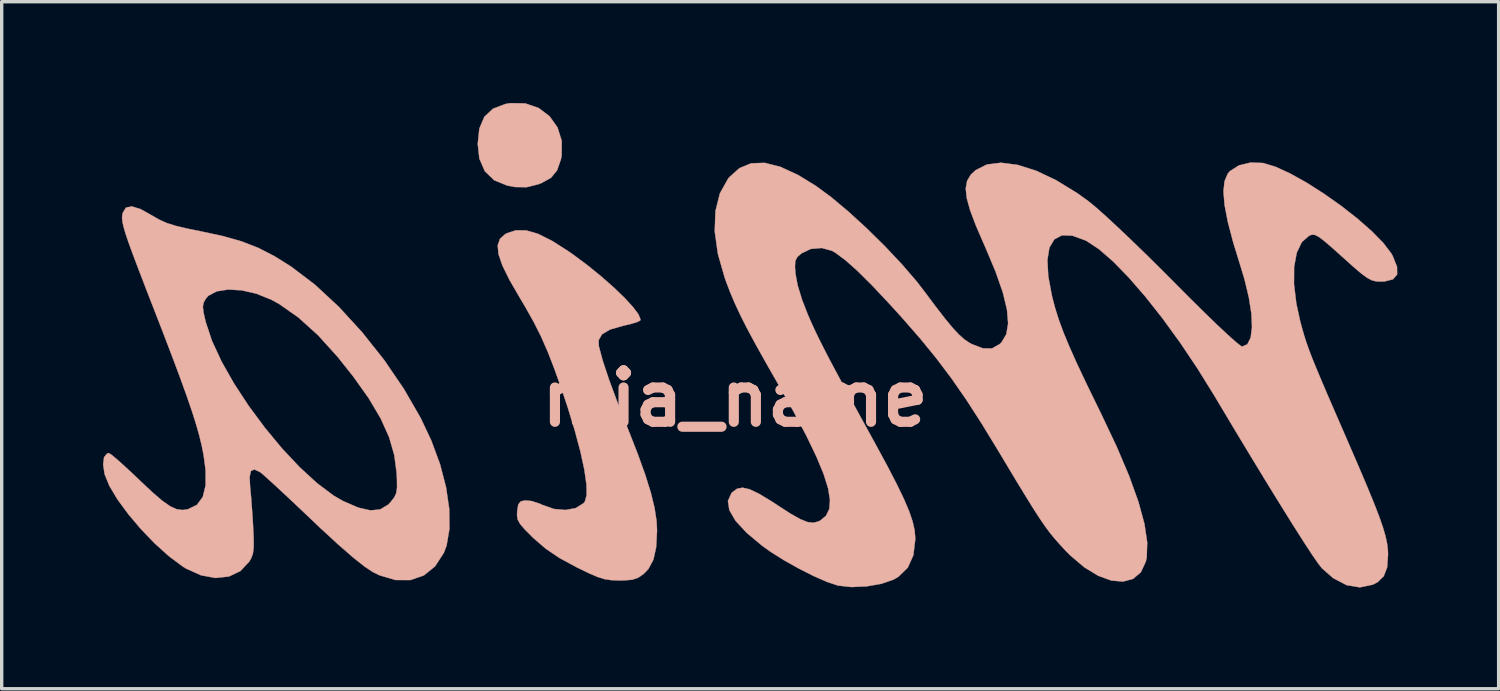
<source format=kicad_pcb>
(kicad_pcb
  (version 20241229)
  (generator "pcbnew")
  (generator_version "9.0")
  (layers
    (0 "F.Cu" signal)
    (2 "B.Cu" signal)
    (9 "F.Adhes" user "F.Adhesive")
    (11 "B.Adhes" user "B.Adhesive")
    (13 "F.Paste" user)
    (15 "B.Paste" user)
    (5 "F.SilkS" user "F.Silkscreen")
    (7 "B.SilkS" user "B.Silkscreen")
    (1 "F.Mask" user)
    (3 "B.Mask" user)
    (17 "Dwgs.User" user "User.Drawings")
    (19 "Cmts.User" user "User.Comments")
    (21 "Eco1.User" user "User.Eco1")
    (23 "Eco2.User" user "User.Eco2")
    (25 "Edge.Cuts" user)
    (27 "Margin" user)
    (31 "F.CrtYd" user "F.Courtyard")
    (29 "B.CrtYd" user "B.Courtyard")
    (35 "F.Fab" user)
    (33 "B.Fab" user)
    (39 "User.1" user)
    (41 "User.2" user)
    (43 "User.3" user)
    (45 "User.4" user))
  (footprint "mia_name"
    (layer "F.Cu")
    (at 18.719 8.753)
    (property "Reference" "mia_name" (at 0 0 0) (layer "B.SilkS") (effects (font (size 1.524 1.524) (thickness 0.3))))
    (attr through_hole)
    (fp_poly (pts (xy -6.211 -8.74) (xy -5.815 -8.604) (xy -5.491 -8.359) (xy -5.257 -8.028) (xy -5.132 -7.631) (xy -5.135 -7.19) (xy -5.158 -7.078) (xy -5.271 -6.756) (xy -5.45 -6.538) (xy -5.734 -6.381) (xy -5.825 -6.346) (xy -6.173 -6.259) (xy -6.517 -6.264) (xy -6.752 -6.309) (xy -7.136 -6.467) (xy -7.41 -6.732) (xy -7.571 -7.101) (xy -7.62 -7.538) (xy -7.572 -7.998) (xy -7.425 -8.343) (xy -7.171 -8.582) (xy -6.805 -8.722) (xy -6.658 -8.748) (xy -6.211 -8.74)) (stroke (width 0.01) (type solid)) (fill yes) (layer "B.SilkS"))
    (fp_poly (pts (xy -6.187 -4.98) (xy -5.834 -4.878) (xy -5.418 -4.67) (xy -4.923 -4.353) (xy -4.779 -4.252) (xy -4.354 -3.935) (xy -3.95 -3.606) (xy -3.582 -3.281) (xy -3.267 -2.977) (xy -3.021 -2.709) (xy -2.86 -2.493) (xy -2.8 -2.346) (xy -2.809 -2.31) (xy -2.897 -2.266) (xy -3.092 -2.207) (xy -3.321 -2.153) (xy -3.7 -2.044) (xy -3.937 -1.905) (xy -4.04 -1.728) (xy -4.035 -1.557) (xy -3.92 -1.128) (xy -3.735 -0.569) (xy -3.479 0.122) (xy -3.183 0.871) (xy -2.888 1.622) (xy -2.66 2.256) (xy -2.493 2.79) (xy -2.383 3.242) (xy -2.323 3.632) (xy -2.31 3.915) (xy -2.336 4.405) (xy -2.418 4.774) (xy -2.565 5.048) (xy -2.702 5.191) (xy -2.864 5.304) (xy -3.039 5.365) (xy -3.287 5.386) (xy -3.424 5.388) (xy -3.656 5.38) (xy -3.859 5.35) (xy -4.074 5.283) (xy -4.343 5.167) (xy -4.704 4.991) (xy -5.202 4.721) (xy -5.601 4.452) (xy -5.954 4.148) (xy -5.987 4.117) (xy -6.222 3.882) (xy -6.365 3.716) (xy -6.436 3.586) (xy -6.457 3.456) (xy -6.452 3.34) (xy -6.421 3.141) (xy -6.35 3.048) (xy -6.221 3.017) (xy -6.025 3.036) (xy -5.782 3.115) (xy -5.705 3.151) (xy -5.364 3.271) (xy -5.02 3.301) (xy -4.716 3.244) (xy -4.49 3.103) (xy -4.446 3.048) (xy -4.394 2.856) (xy -4.401 2.537) (xy -4.464 2.101) (xy -4.581 1.564) (xy -4.749 0.936) (xy -4.965 0.232) (xy -5.115 -0.215) (xy -5.339 -0.849) (xy -5.543 -1.376) (xy -5.745 -1.836) (xy -5.964 -2.271) (xy -6.218 -2.723) (xy -6.375 -2.986) (xy -6.682 -3.517) (xy -6.892 -3.944) (xy -7.006 -4.28) (xy -7.028 -4.538) (xy -6.961 -4.73) (xy -6.806 -4.869) (xy -6.767 -4.891) (xy -6.492 -4.982) (xy -6.187 -4.98)) (stroke (width 0.01) (type solid)) (fill yes) (layer "B.SilkS"))
    (fp_poly (pts (xy -17.601 -5.608) (xy -17.267 -5.421) (xy -17.052 -5.296) (xy -16.828 -5.197) (xy -16.557 -5.112) (xy -16.201 -5.028) (xy -15.836 -4.955) (xy -15.167 -4.811) (xy -14.608 -4.652) (xy -14.114 -4.459) (xy -13.639 -4.215) (xy -13.141 -3.903) (xy -12.438 -3.369) (xy -11.73 -2.711) (xy -11.04 -1.958) (xy -10.391 -1.14) (xy -9.806 -0.283) (xy -9.307 0.583) (xy -9 1.233) (xy -8.737 1.942) (xy -8.558 2.63) (xy -8.464 3.276) (xy -8.458 3.858) (xy -8.542 4.351) (xy -8.623 4.569) (xy -8.884 4.97) (xy -9.218 5.24) (xy -9.614 5.376) (xy -10.057 5.375) (xy -10.534 5.233) (xy -10.725 5.14) (xy -10.972 4.976) (xy -11.317 4.702) (xy -11.753 4.322) (xy -12.275 3.842) (xy -12.533 3.597) (xy -12.92 3.229) (xy -13.278 2.892) (xy -13.59 2.602) (xy -13.839 2.375) (xy -14.005 2.227) (xy -14.063 2.181) (xy -14.234 2.101) (xy -14.337 2.145) (xy -14.377 2.322) (xy -14.362 2.608) (xy -14.336 2.882) (xy -14.308 3.248) (xy -14.281 3.643) (xy -14.272 3.81) (xy -14.255 4.174) (xy -14.257 4.423) (xy -14.28 4.596) (xy -14.33 4.731) (xy -14.385 4.826) (xy -14.646 5.107) (xy -14.986 5.27) (xy -15.383 5.314) (xy -15.816 5.235) (xy -16.262 5.034) (xy -16.369 4.967) (xy -16.773 4.664) (xy -17.19 4.288) (xy -17.597 3.865) (xy -17.971 3.422) (xy -18.29 2.988) (xy -18.529 2.588) (xy -18.668 2.25) (xy -18.671 2.24) (xy -18.714 1.952) (xy -18.687 1.738) (xy -18.594 1.626) (xy -18.545 1.616) (xy -18.465 1.667) (xy -18.297 1.807) (xy -18.062 2.018) (xy -17.78 2.28) (xy -17.634 2.421) (xy -17.257 2.775) (xy -16.962 3.028) (xy -16.728 3.192) (xy -16.535 3.279) (xy -16.36 3.302) (xy -16.204 3.279) (xy -15.939 3.15) (xy -15.764 2.916) (xy -15.679 2.57) (xy -15.681 2.107) (xy -15.738 1.682) (xy -15.793 1.402) (xy -15.865 1.103) (xy -15.959 0.77) (xy -16.08 0.387) (xy -16.234 -0.062) (xy -16.426 -0.594) (xy -16.662 -1.224) (xy -16.947 -1.97) (xy -17.186 -2.585) (xy -17.239 -2.721) (xy -15.761 -2.721) (xy -15.742 -2.551) (xy -15.68 -2.282) (xy -15.677 -2.268) (xy -15.492 -1.71) (xy -15.206 -1.094) (xy -14.837 -0.443) (xy -14.403 0.219) (xy -13.922 0.868) (xy -13.413 1.482) (xy -12.892 2.036) (xy -12.378 2.508) (xy -11.89 2.874) (xy -11.607 3.037) (xy -11.158 3.231) (xy -10.797 3.313) (xy -10.509 3.284) (xy -10.274 3.144) (xy -10.197 3.062) (xy -10.093 2.928) (xy -10.034 2.802) (xy -10.01 2.639) (xy -10.013 2.394) (xy -10.023 2.197) (xy -10.092 1.673) (xy -10.246 1.142) (xy -10.495 0.589) (xy -10.847 -0.005) (xy -11.31 -0.656) (xy -11.768 -1.232) (xy -12.348 -1.873) (xy -12.932 -2.401) (xy -13.502 -2.8) (xy -13.74 -2.93) (xy -14.179 -3.106) (xy -14.613 -3.205) (xy -15.013 -3.228) (xy -15.352 -3.174) (xy -15.599 -3.043) (xy -15.674 -2.957) (xy -15.739 -2.841) (xy -15.761 -2.721) (xy -17.239 -2.721) (xy -17.453 -3.272) (xy -17.668 -3.832) (xy -17.837 -4.279) (xy -17.964 -4.628) (xy -18.054 -4.895) (xy -18.112 -5.095) (xy -18.144 -5.243) (xy -18.154 -5.354) (xy -18.146 -5.444) (xy -18.135 -5.496) (xy -18.041 -5.653) (xy -17.864 -5.69) (xy -17.601 -5.608)) (stroke (width 0.01) (type solid)) (fill yes) (layer "B.SilkS"))
    (fp_poly (pts (xy 15.643 -6.975) (xy 15.644 -6.974) (xy 16.007 -6.864) (xy 16.445 -6.663) (xy 16.932 -6.391) (xy 17.442 -6.066) (xy 17.949 -5.708) (xy 18.428 -5.333) (xy 18.852 -4.962) (xy 19.196 -4.612) (xy 19.433 -4.303) (xy 19.479 -4.221) (xy 19.606 -3.902) (xy 19.609 -3.675) (xy 19.488 -3.532) (xy 19.238 -3.468) (xy 19.119 -3.464) (xy 18.982 -3.471) (xy 18.857 -3.503) (xy 18.719 -3.576) (xy 18.543 -3.706) (xy 18.304 -3.91) (xy 17.993 -4.189) (xy 17.673 -4.476) (xy 17.444 -4.672) (xy 17.285 -4.791) (xy 17.173 -4.847) (xy 17.088 -4.853) (xy 17.007 -4.825) (xy 17.004 -4.823) (xy 16.785 -4.632) (xy 16.636 -4.319) (xy 16.558 -3.901) (xy 16.554 -3.392) (xy 16.624 -2.81) (xy 16.736 -2.298) (xy 16.793 -2.084) (xy 16.849 -1.888) (xy 16.91 -1.693) (xy 16.984 -1.483) (xy 17.076 -1.239) (xy 17.195 -0.945) (xy 17.346 -0.584) (xy 17.536 -0.138) (xy 17.773 0.409) (xy 18.063 1.075) (xy 18.164 1.308) (xy 18.474 2.024) (xy 18.726 2.617) (xy 18.925 3.102) (xy 19.078 3.496) (xy 19.189 3.816) (xy 19.265 4.077) (xy 19.312 4.297) (xy 19.335 4.491) (xy 19.34 4.619) (xy 19.314 4.996) (xy 19.214 5.26) (xy 19.027 5.441) (xy 18.886 5.513) (xy 18.505 5.592) (xy 18.11 5.525) (xy 17.713 5.317) (xy 17.384 5.029) (xy 17.271 4.884) (xy 17.086 4.617) (xy 16.836 4.234) (xy 16.527 3.748) (xy 16.164 3.166) (xy 15.752 2.498) (xy 15.299 1.754) (xy 14.81 0.944) (xy 14.291 0.076) (xy 14.2 -0.077) (xy 13.7 -0.884) (xy 13.184 -1.653) (xy 12.665 -2.368) (xy 12.153 -3.017) (xy 11.661 -3.584) (xy 11.2 -4.057) (xy 10.782 -4.421) (xy 10.417 -4.663) (xy 10.373 -4.685) (xy 9.988 -4.824) (xy 9.681 -4.833) (xy 9.455 -4.714) (xy 9.311 -4.47) (xy 9.251 -4.105) (xy 9.277 -3.622) (xy 9.389 -3.022) (xy 9.391 -3.017) (xy 9.479 -2.682) (xy 9.587 -2.338) (xy 9.724 -1.965) (xy 9.899 -1.543) (xy 10.119 -1.051) (xy 10.393 -0.47) (xy 10.73 0.222) (xy 10.829 0.423) (xy 11.3 1.418) (xy 11.673 2.296) (xy 11.948 3.062) (xy 12.126 3.716) (xy 12.207 4.262) (xy 12.193 4.702) (xy 12.166 4.83) (xy 12.02 5.143) (xy 11.79 5.34) (xy 11.493 5.421) (xy 11.143 5.39) (xy 10.754 5.248) (xy 10.342 4.997) (xy 9.922 4.64) (xy 9.776 4.492) (xy 9.611 4.312) (xy 9.464 4.146) (xy 9.325 3.975) (xy 9.182 3.783) (xy 9.025 3.553) (xy 8.84 3.268) (xy 8.619 2.911) (xy 8.347 2.466) (xy 8.016 1.914) (xy 7.791 1.539) (xy 7.299 0.733) (xy 6.846 0.031) (xy 6.409 -0.599) (xy 5.961 -1.193) (xy 5.477 -1.785) (xy 4.932 -2.409) (xy 4.568 -2.809) (xy 4.056 -3.353) (xy 3.626 -3.78) (xy 3.271 -4.096) (xy 2.983 -4.31) (xy 2.872 -4.375) (xy 2.568 -4.459) (xy 2.241 -4.43) (xy 1.964 -4.297) (xy 1.844 -4.19) (xy 1.786 -4.077) (xy 1.775 -3.908) (xy 1.791 -3.691) (xy 1.854 -3.354) (xy 1.984 -2.929) (xy 2.154 -2.491) (xy 2.253 -2.264) (xy 2.359 -2.032) (xy 2.479 -1.782) (xy 2.623 -1.497) (xy 2.796 -1.161) (xy 3.009 -0.76) (xy 3.269 -0.279) (xy 3.584 0.3) (xy 3.962 0.99) (xy 4.158 1.346) (xy 4.512 2) (xy 4.792 2.54) (xy 5.006 2.984) (xy 5.16 3.348) (xy 5.262 3.65) (xy 5.319 3.908) (xy 5.338 4.137) (xy 5.338 4.166) (xy 5.282 4.64) (xy 5.117 5.008) (xy 4.84 5.278) (xy 4.691 5.364) (xy 4.333 5.487) (xy 3.895 5.563) (xy 3.447 5.583) (xy 3.057 5.54) (xy 3.04 5.536) (xy 2.728 5.432) (xy 2.332 5.259) (xy 1.892 5.037) (xy 1.45 4.789) (xy 1.047 4.535) (xy 0.814 4.369) (xy 0.344 3.977) (xy 0.016 3.622) (xy -0.169 3.306) (xy -0.21 3.032) (xy -0.106 2.802) (xy -0.077 2.771) (xy 0.062 2.67) (xy 0.224 2.641) (xy 0.432 2.688) (xy 0.707 2.818) (xy 1.07 3.038) (xy 1.252 3.157) (xy 1.639 3.407) (xy 1.929 3.571) (xy 2.148 3.659) (xy 2.319 3.679) (xy 2.468 3.641) (xy 2.53 3.61) (xy 2.696 3.47) (xy 2.791 3.271) (xy 2.812 3.003) (xy 2.757 2.661) (xy 2.623 2.234) (xy 2.408 1.716) (xy 2.11 1.097) (xy 1.725 0.371) (xy 1.253 -0.468) (xy 0.886 -1.111) (xy 0.588 -1.645) (xy 0.347 -2.094) (xy 0.152 -2.481) (xy -0.01 -2.829) (xy -0.15 -3.162) (xy -0.279 -3.502) (xy -0.306 -3.579) (xy -0.509 -4.288) (xy -0.601 -4.95) (xy -0.58 -5.551) (xy -0.449 -6.075) (xy -0.208 -6.507) (xy -0.17 -6.555) (xy 0.131 -6.824) (xy 0.477 -6.966) (xy 0.877 -6.98) (xy 1.337 -6.865) (xy 1.866 -6.621) (xy 2.392 -6.299) (xy 2.848 -5.964) (xy 3.362 -5.533) (xy 3.903 -5.038) (xy 4.44 -4.509) (xy 4.942 -3.976) (xy 5.378 -3.47) (xy 5.589 -3.197) (xy 5.943 -2.724) (xy 6.225 -2.36) (xy 6.451 -2.087) (xy 6.636 -1.89) (xy 6.795 -1.749) (xy 6.945 -1.649) (xy 7.008 -1.614) (xy 7.343 -1.486) (xy 7.613 -1.485) (xy 7.84 -1.614) (xy 7.893 -1.666) (xy 8.034 -1.903) (xy 8.088 -2.223) (xy 8.054 -2.634) (xy 7.931 -3.143) (xy 7.716 -3.758) (xy 7.41 -4.487) (xy 7.384 -4.545) (xy 7.135 -5.118) (xy 6.962 -5.577) (xy 6.862 -5.939) (xy 6.833 -6.222) (xy 6.873 -6.445) (xy 6.98 -6.627) (xy 7.122 -6.761) (xy 7.459 -6.931) (xy 7.879 -6.983) (xy 8.369 -6.92) (xy 8.917 -6.747) (xy 9.51 -6.466) (xy 10.137 -6.081) (xy 10.468 -5.843) (xy 10.681 -5.668) (xy 10.984 -5.399) (xy 11.356 -5.054) (xy 11.78 -4.651) (xy 12.238 -4.206) (xy 12.71 -3.738) (xy 13.001 -3.445) (xy 13.469 -2.975) (xy 13.896 -2.553) (xy 14.272 -2.189) (xy 14.585 -1.895) (xy 14.823 -1.683) (xy 14.973 -1.563) (xy 15.019 -1.539) (xy 15.174 -1.608) (xy 15.271 -1.804) (xy 15.31 -2.11) (xy 15.293 -2.512) (xy 15.218 -2.992) (xy 15.087 -3.537) (xy 14.981 -3.887) (xy 14.753 -4.628) (xy 14.592 -5.242) (xy 14.497 -5.741) (xy 14.466 -6.136) (xy 14.498 -6.437) (xy 14.591 -6.657) (xy 14.654 -6.733) (xy 14.922 -6.904) (xy 15.27 -6.989) (xy 15.643 -6.975)) (stroke (width 0.01) (type solid)) (fill yes) (layer "B.SilkS")))
  (gr_rect
    (start -3 -3)
    (end 41.334 17.349)
    (stroke (width 0.1) (type default))
    (fill no)
    (layer "Edge.Cuts")))
</source>
